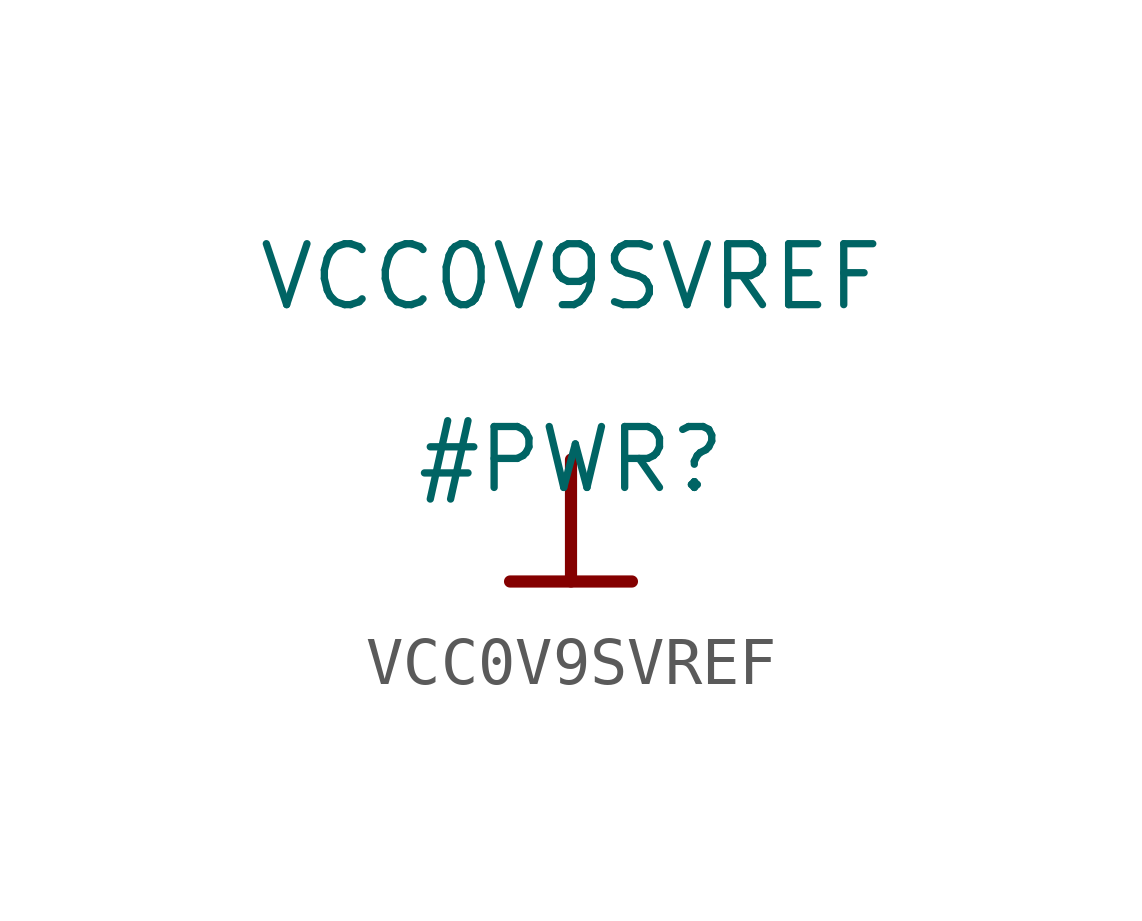
<source format=kicad_sym>
(kicad_symbol_lib
  (version 20211014)
  (generator kicad_symbol_editor)
  (symbol "VCC0V9SVREF"
    (power)
    (property "Reference" "#PWR"
      (at 0 0 0)
      (effects (font (size 1.27 1.27))))
    (property "Value" "VCC0V9SVREF"
      (at 0 3.81 0)
      (effects (font (size 1.27 1.27))))
    (symbol "VCC0V9SVREF_0_0"
      (polyline (pts (xy -1.27 -2.54) (xy 1.27 -2.54)) (stroke (width 0.254) (type default) (color 0 0 0 0)) (fill (type none)))
      (polyline (pts (xy 0 0) (xy 0 -2.54)) (stroke (width 0.254) (type default) (color 0 0 0 0)) (fill (type none)))
      (pin power_in line (at 0 0 0) (length 0) hide (name "VCC0V9SVREF" (effects (font (size 1.27 1.27)))) (number "" (effects (font (size 1.27 1.27))))))))
</source>
